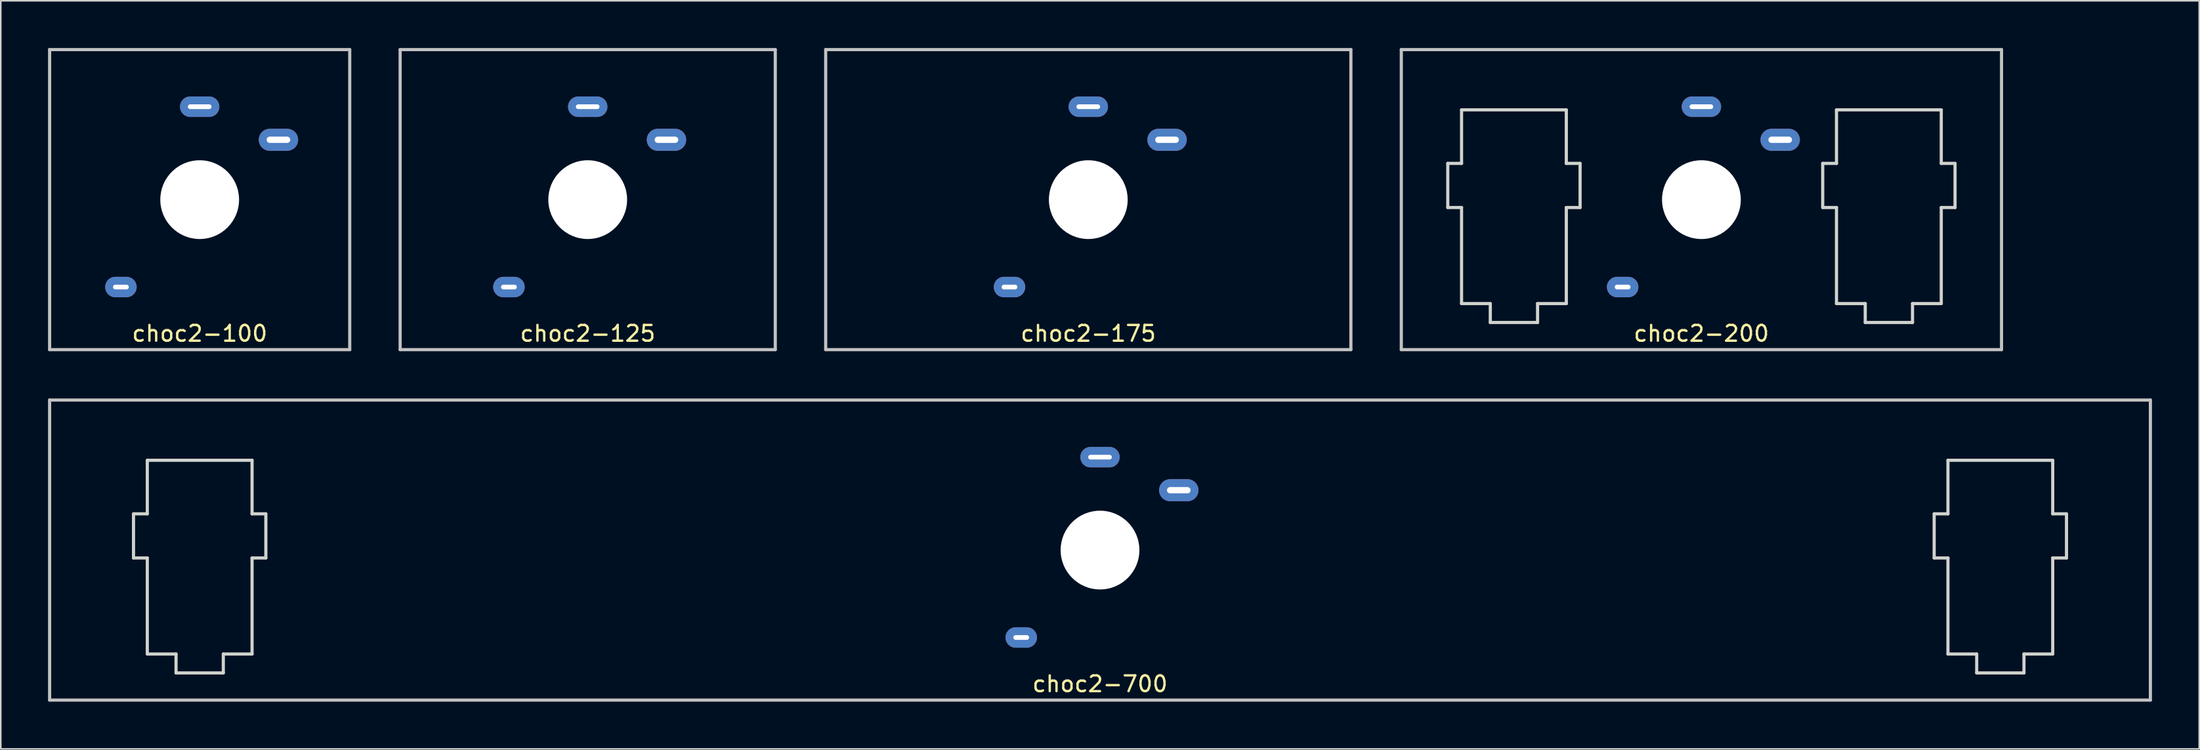
<source format=kicad_pcb>
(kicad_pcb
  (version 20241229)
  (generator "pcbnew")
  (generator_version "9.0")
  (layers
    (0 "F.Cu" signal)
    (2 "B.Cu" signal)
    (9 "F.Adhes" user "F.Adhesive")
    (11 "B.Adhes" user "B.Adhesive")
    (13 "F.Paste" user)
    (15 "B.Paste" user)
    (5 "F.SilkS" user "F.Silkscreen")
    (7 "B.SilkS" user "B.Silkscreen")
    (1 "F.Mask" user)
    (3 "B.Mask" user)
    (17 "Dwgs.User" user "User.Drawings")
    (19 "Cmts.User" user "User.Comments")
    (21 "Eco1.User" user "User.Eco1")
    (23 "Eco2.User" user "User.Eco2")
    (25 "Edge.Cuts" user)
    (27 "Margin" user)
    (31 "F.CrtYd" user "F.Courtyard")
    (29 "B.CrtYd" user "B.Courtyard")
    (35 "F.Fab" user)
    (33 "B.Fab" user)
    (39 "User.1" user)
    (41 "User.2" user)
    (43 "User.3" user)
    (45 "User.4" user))
  (footprint "choc2-125"
    (layer "F.Cu")
    (at 34.256 9.625)
    (property "Reference" "choc2-125" (at 0 8.5 180) (layer "F.SilkS") (effects (font (size 1 1) (thickness 0.15))))
    (attr through_hole)
    (fp_line (start -11.906 -9.525) (end -11.906 9.525) (stroke (width 0.2) (type solid)) (layer "Dwgs.User"))
    (fp_line (start 11.906 -9.525) (end -11.906 -9.525) (stroke (width 0.2) (type solid)) (layer "Dwgs.User"))
    (fp_line (start 11.906 9.525) (end -11.906 9.525) (stroke (width 0.2) (type solid)) (layer "Dwgs.User"))
    (fp_line (start 11.906 9.525) (end 11.906 -9.525) (stroke (width 0.2) (type solid)) (layer "Dwgs.User"))
    (pad "" thru_hole oval (at -5 5.55 180) (size 2 1.3) (drill oval 1 0.3) (layers "*.Cu" "*.Mask"))
    (pad "" np_thru_hole circle (at 0 0 180) (size 5 5) (drill 5) (layers "*.Cu" "*.Mask"))
    (pad "1" thru_hole oval (at 5 -3.8 180) (size 2.5 1.4) (drill oval 1.5 0.4) (layers "*.Cu" "B.Mask"))
    (pad "2" thru_hole oval (at 0 -5.9 180) (size 2.5 1.3) (drill oval 1.5 0.3) (layers "*.Cu" "*.Mask")))
  (footprint "choc2-700"
    (layer "F.Cu")
    (at 66.775 31.875)
    (property "Reference" "choc2-700" (at 0 8.5 180) (layer "F.SilkS") (effects (font (size 1 1) (thickness 0.15))))
    (attr through_hole)
    (fp_line (start -66.675 -9.525) (end -66.675 9.525) (stroke (width 0.2) (type solid)) (layer "Dwgs.User"))
    (fp_line (start 66.675 -9.525) (end -66.675 -9.525) (stroke (width 0.2) (type solid)) (layer "Dwgs.User"))
    (fp_line (start 66.675 9.525) (end -66.675 9.525) (stroke (width 0.2) (type solid)) (layer "Dwgs.User"))
    (fp_line (start 66.675 9.525) (end 66.675 -9.525) (stroke (width 0.2) (type solid)) (layer "Dwgs.User"))
    (fp_line (start -61.35 -2.3) (end -61.35 0.5) (stroke (width 0.2) (type solid)) (layer "Edge.Cuts"))
    (fp_line (start -61.35 0.5) (end -60.475 0.5) (stroke (width 0.2) (type solid)) (layer "Edge.Cuts"))
    (fp_line (start -60.475 -5.7) (end -60.475 -2.3) (stroke (width 0.2) (type solid)) (layer "Edge.Cuts"))
    (fp_line (start -60.475 -2.3) (end -61.35 -2.3) (stroke (width 0.2) (type solid)) (layer "Edge.Cuts"))
    (fp_line (start -60.475 0.5) (end -60.475 6.6) (stroke (width 0.2) (type solid)) (layer "Edge.Cuts"))
    (fp_line (start -60.475 6.6) (end -58.65 6.6) (stroke (width 0.2) (type solid)) (layer "Edge.Cuts"))
    (fp_line (start -58.65 7.8) (end -55.65 7.8) (stroke (width 0.2) (type solid)) (layer "Edge.Cuts"))
    (fp_line (start -58.65 6.6) (end -58.65 7.8) (stroke (width 0.2) (type solid)) (layer "Edge.Cuts"))
    (fp_line (start -55.65 7.8) (end -55.65 6.6) (stroke (width 0.2) (type solid)) (layer "Edge.Cuts"))
    (fp_line (start -55.65 6.6) (end -53.825 6.6) (stroke (width 0.2) (type solid)) (layer "Edge.Cuts"))
    (fp_line (start -53.825 -2.3) (end -53.825 -5.7) (stroke (width 0.2) (type solid)) (layer "Edge.Cuts"))
    (fp_line (start -53.825 0.5) (end -52.95 0.5) (stroke (width 0.2) (type solid)) (layer "Edge.Cuts"))
    (fp_line (start -53.825 6.6) (end -53.825 0.5) (stroke (width 0.2) (type solid)) (layer "Edge.Cuts"))
    (fp_line (start -53.825 -5.7) (end -60.475 -5.7) (stroke (width 0.2) (type solid)) (layer "Edge.Cuts"))
    (fp_line (start -52.95 -2.3) (end -53.825 -2.3) (stroke (width 0.2) (type solid)) (layer "Edge.Cuts"))
    (fp_line (start -52.95 0.5) (end -52.95 -2.3) (stroke (width 0.2) (type solid)) (layer "Edge.Cuts"))
    (fp_line (start 52.95 -2.3) (end 53.825 -2.3) (stroke (width 0.2) (type solid)) (layer "Edge.Cuts"))
    (fp_line (start 52.95 0.5) (end 52.95 -2.3) (stroke (width 0.2) (type solid)) (layer "Edge.Cuts"))
    (fp_line (start 53.825 -5.7) (end 60.475 -5.7) (stroke (width 0.2) (type solid)) (layer "Edge.Cuts"))
    (fp_line (start 53.825 -2.3) (end 53.825 -5.7) (stroke (width 0.2) (type solid)) (layer "Edge.Cuts"))
    (fp_line (start 53.825 0.5) (end 52.95 0.5) (stroke (width 0.2) (type solid)) (layer "Edge.Cuts"))
    (fp_line (start 53.825 6.6) (end 53.825 0.5) (stroke (width 0.2) (type solid)) (layer "Edge.Cuts"))
    (fp_line (start 55.65 6.6) (end 53.825 6.6) (stroke (width 0.2) (type solid)) (layer "Edge.Cuts"))
    (fp_line (start 55.65 7.8) (end 55.65 6.6) (stroke (width 0.2) (type solid)) (layer "Edge.Cuts"))
    (fp_line (start 58.65 6.6) (end 58.65 7.8) (stroke (width 0.2) (type solid)) (layer "Edge.Cuts"))
    (fp_line (start 58.65 7.8) (end 55.65 7.8) (stroke (width 0.2) (type solid)) (layer "Edge.Cuts"))
    (fp_line (start 60.475 -5.7) (end 60.475 -2.3) (stroke (width 0.2) (type solid)) (layer "Edge.Cuts"))
    (fp_line (start 60.475 -2.3) (end 61.35 -2.3) (stroke (width 0.2) (type solid)) (layer "Edge.Cuts"))
    (fp_line (start 60.475 0.5) (end 60.475 6.6) (stroke (width 0.2) (type solid)) (layer "Edge.Cuts"))
    (fp_line (start 60.475 6.6) (end 58.65 6.6) (stroke (width 0.2) (type solid)) (layer "Edge.Cuts"))
    (fp_line (start 61.35 -2.3) (end 61.35 0.5) (stroke (width 0.2) (type solid)) (layer "Edge.Cuts"))
    (fp_line (start 61.35 0.5) (end 60.475 0.5) (stroke (width 0.2) (type solid)) (layer "Edge.Cuts"))
    (pad "" thru_hole oval (at -5 5.55 180) (size 2 1.3) (drill oval 1 0.3) (layers "*.Cu" "*.Mask"))
    (pad "" np_thru_hole circle (at 0 0 180) (size 5 5) (drill 5) (layers "*.Cu" "*.Mask"))
    (pad "1" thru_hole oval (at 5 -3.8 180) (size 2.5 1.4) (drill oval 1.5 0.4) (layers "*.Cu" "B.Mask"))
    (pad "2" thru_hole oval (at 0 -5.9 180) (size 2.5 1.3) (drill oval 1.5 0.3) (layers "*.Cu" "*.Mask")))
  (footprint "choc2-100"
    (layer "F.Cu")
    (at 9.625 9.625)
    (property "Reference" "choc2-100" (at 0 8.5 180) (layer "F.SilkS") (effects (font (size 1 1) (thickness 0.15))))
    (attr through_hole)
    (fp_line (start -9.525 -9.525) (end -9.525 9.525) (stroke (width 0.2) (type solid)) (layer "Dwgs.User"))
    (fp_line (start 9.525 -9.525) (end -9.525 -9.525) (stroke (width 0.2) (type solid)) (layer "Dwgs.User"))
    (fp_line (start 9.525 9.525) (end -9.525 9.525) (stroke (width 0.2) (type solid)) (layer "Dwgs.User"))
    (fp_line (start 9.525 9.525) (end 9.525 -9.525) (stroke (width 0.2) (type solid)) (layer "Dwgs.User"))
    (pad "" thru_hole oval (at -5 5.55 180) (size 2 1.3) (drill oval 1 0.3) (layers "*.Cu" "*.Mask"))
    (pad "" np_thru_hole circle (at 0 0 180) (size 5 5) (drill 5) (layers "*.Cu" "*.Mask"))
    (pad "1" thru_hole oval (at 5 -3.8 180) (size 2.5 1.4) (drill oval 1.5 0.4) (layers "*.Cu" "B.Mask"))
    (pad "2" thru_hole oval (at 0 -5.9 180) (size 2.5 1.3) (drill oval 1.5 0.3) (layers "*.Cu" "*.Mask")))
  (footprint "choc2-200"
    (layer "F.Cu")
    (at 104.95 9.625)
    (property "Reference" "choc2-200" (at 0 8.5 180) (layer "F.SilkS") (effects (font (size 1 1) (thickness 0.15))))
    (attr through_hole)
    (fp_line (start -19.05 -9.525) (end -19.05 9.525) (stroke (width 0.2) (type solid)) (layer "Dwgs.User"))
    (fp_line (start 19.05 -9.525) (end -19.05 -9.525) (stroke (width 0.2) (type solid)) (layer "Dwgs.User"))
    (fp_line (start 19.05 9.525) (end -19.05 9.525) (stroke (width 0.2) (type solid)) (layer "Dwgs.User"))
    (fp_line (start 19.05 9.525) (end 19.05 -9.525) (stroke (width 0.2) (type solid)) (layer "Dwgs.User"))
    (fp_line (start -16.1 -2.3) (end -16.1 0.5) (stroke (width 0.2) (type solid)) (layer "Edge.Cuts"))
    (fp_line (start -16.1 0.5) (end -15.225 0.5) (stroke (width 0.2) (type solid)) (layer "Edge.Cuts"))
    (fp_line (start -15.225 -5.7) (end -15.225 -2.3) (stroke (width 0.2) (type solid)) (layer "Edge.Cuts"))
    (fp_line (start -15.225 -2.3) (end -16.1 -2.3) (stroke (width 0.2) (type solid)) (layer "Edge.Cuts"))
    (fp_line (start -15.225 0.5) (end -15.225 6.6) (stroke (width 0.2) (type solid)) (layer "Edge.Cuts"))
    (fp_line (start -15.225 6.6) (end -13.4 6.6) (stroke (width 0.2) (type solid)) (layer "Edge.Cuts"))
    (fp_line (start -13.4 6.6) (end -13.4 7.8) (stroke (width 0.2) (type solid)) (layer "Edge.Cuts"))
    (fp_line (start -13.4 7.8) (end -10.4 7.8) (stroke (width 0.2) (type solid)) (layer "Edge.Cuts"))
    (fp_line (start -10.4 6.6) (end -8.575 6.6) (stroke (width 0.2) (type solid)) (layer "Edge.Cuts"))
    (fp_line (start -10.4 7.8) (end -10.4 6.6) (stroke (width 0.2) (type solid)) (layer "Edge.Cuts"))
    (fp_line (start -8.575 -2.3) (end -8.575 -5.7) (stroke (width 0.2) (type solid)) (layer "Edge.Cuts"))
    (fp_line (start -8.575 0.5) (end -7.7 0.5) (stroke (width 0.2) (type solid)) (layer "Edge.Cuts"))
    (fp_line (start -8.575 6.6) (end -8.575 0.5) (stroke (width 0.2) (type solid)) (layer "Edge.Cuts"))
    (fp_line (start -8.575 -5.7) (end -15.225 -5.7) (stroke (width 0.2) (type solid)) (layer "Edge.Cuts"))
    (fp_line (start -7.7 -2.3) (end -8.575 -2.3) (stroke (width 0.2) (type solid)) (layer "Edge.Cuts"))
    (fp_line (start -7.7 0.5) (end -7.7 -2.3) (stroke (width 0.2) (type solid)) (layer "Edge.Cuts"))
    (fp_line (start 7.7 -2.3) (end 8.575 -2.3) (stroke (width 0.2) (type solid)) (layer "Edge.Cuts"))
    (fp_line (start 7.7 0.5) (end 7.7 -2.3) (stroke (width 0.2) (type solid)) (layer "Edge.Cuts"))
    (fp_line (start 8.575 -5.7) (end 15.225 -5.7) (stroke (width 0.2) (type solid)) (layer "Edge.Cuts"))
    (fp_line (start 8.575 -2.3) (end 8.575 -5.7) (stroke (width 0.2) (type solid)) (layer "Edge.Cuts"))
    (fp_line (start 8.575 0.5) (end 7.7 0.5) (stroke (width 0.2) (type solid)) (layer "Edge.Cuts"))
    (fp_line (start 8.575 6.6) (end 8.575 0.5) (stroke (width 0.2) (type solid)) (layer "Edge.Cuts"))
    (fp_line (start 10.4 6.6) (end 8.575 6.6) (stroke (width 0.2) (type solid)) (layer "Edge.Cuts"))
    (fp_line (start 10.4 7.8) (end 10.4 6.6) (stroke (width 0.2) (type solid)) (layer "Edge.Cuts"))
    (fp_line (start 13.4 6.6) (end 13.4 7.8) (stroke (width 0.2) (type solid)) (layer "Edge.Cuts"))
    (fp_line (start 13.4 7.8) (end 10.4 7.8) (stroke (width 0.2) (type solid)) (layer "Edge.Cuts"))
    (fp_line (start 15.225 -5.7) (end 15.225 -2.3) (stroke (width 0.2) (type solid)) (layer "Edge.Cuts"))
    (fp_line (start 15.225 -2.3) (end 16.1 -2.3) (stroke (width 0.2) (type solid)) (layer "Edge.Cuts"))
    (fp_line (start 15.225 0.5) (end 15.225 6.6) (stroke (width 0.2) (type solid)) (layer "Edge.Cuts"))
    (fp_line (start 15.225 6.6) (end 13.4 6.6) (stroke (width 0.2) (type solid)) (layer "Edge.Cuts"))
    (fp_line (start 16.1 -2.3) (end 16.1 0.5) (stroke (width 0.2) (type solid)) (layer "Edge.Cuts"))
    (fp_line (start 16.1 0.5) (end 15.225 0.5) (stroke (width 0.2) (type solid)) (layer "Edge.Cuts"))
    (pad "" thru_hole oval (at -5 5.55 180) (size 2 1.3) (drill oval 1 0.3) (layers "*.Cu" "*.Mask"))
    (pad "" np_thru_hole circle (at 0 0 180) (size 5 5) (drill 5) (layers "*.Cu" "*.Mask"))
    (pad "1" thru_hole oval (at 5 -3.8 180) (size 2.5 1.4) (drill oval 1.5 0.4) (layers "*.Cu" "B.Mask"))
    (pad "2" thru_hole oval (at 0 -5.9 180) (size 2.5 1.3) (drill oval 1.5 0.3) (layers "*.Cu" "*.Mask")))
  (footprint "choc2-175"
    (layer "F.Cu")
    (at 66.031 9.625)
    (property "Reference" "choc2-175" (at 0 8.5 180) (layer "F.SilkS") (effects (font (size 1 1) (thickness 0.15))))
    (attr through_hole)
    (fp_line (start -16.669 -9.525) (end -16.669 9.525) (stroke (width 0.2) (type solid)) (layer "Dwgs.User"))
    (fp_line (start 16.669 -9.525) (end -16.669 -9.525) (stroke (width 0.2) (type solid)) (layer "Dwgs.User"))
    (fp_line (start 16.669 9.525) (end -16.669 9.525) (stroke (width 0.2) (type solid)) (layer "Dwgs.User"))
    (fp_line (start 16.669 9.525) (end 16.669 -9.525) (stroke (width 0.2) (type solid)) (layer "Dwgs.User"))
    (pad "" thru_hole oval (at -5 5.55 180) (size 2 1.3) (drill oval 1 0.3) (layers "*.Cu" "*.Mask"))
    (pad "" np_thru_hole circle (at 0 0 180) (size 5 5) (drill 5) (layers "*.Cu" "*.Mask"))
    (pad "1" thru_hole oval (at 5 -3.8 180) (size 2.5 1.4) (drill oval 1.5 0.4) (layers "*.Cu" "B.Mask"))
    (pad "2" thru_hole oval (at 0 -5.9 180) (size 2.5 1.3) (drill oval 1.5 0.3) (layers "*.Cu" "*.Mask")))
  (gr_rect
    (start -3 -3)
    (end 136.55 44.5)
    (stroke (width 0.1) (type default))
    (fill no)
    (layer "Edge.Cuts")))
</source>
